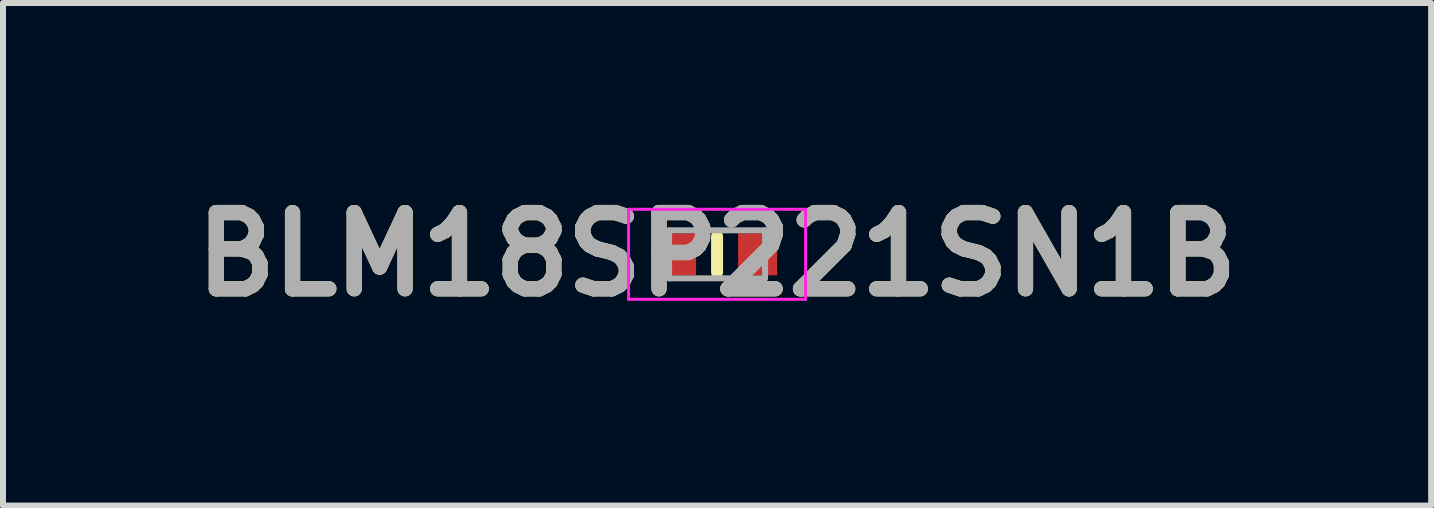
<source format=kicad_pcb>
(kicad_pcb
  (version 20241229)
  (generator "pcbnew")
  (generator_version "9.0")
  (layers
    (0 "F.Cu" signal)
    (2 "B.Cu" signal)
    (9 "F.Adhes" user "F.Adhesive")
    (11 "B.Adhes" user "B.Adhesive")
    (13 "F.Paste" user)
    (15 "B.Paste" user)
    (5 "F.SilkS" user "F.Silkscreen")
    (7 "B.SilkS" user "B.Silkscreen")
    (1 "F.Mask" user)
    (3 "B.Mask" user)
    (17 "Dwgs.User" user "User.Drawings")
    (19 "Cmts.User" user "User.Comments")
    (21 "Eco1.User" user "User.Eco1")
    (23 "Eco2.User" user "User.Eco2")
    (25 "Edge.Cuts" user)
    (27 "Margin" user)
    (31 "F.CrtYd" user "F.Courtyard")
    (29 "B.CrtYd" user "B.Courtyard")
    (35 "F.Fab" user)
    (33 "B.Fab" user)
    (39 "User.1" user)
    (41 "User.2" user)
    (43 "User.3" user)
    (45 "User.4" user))
  (footprint "BLM18SP221SN1B"
    (layer "F.Cu")
    (at 8.902 1.189)
    (property "Reference" "BLM18SP221SN1B" (at 0 0 0) (layer "F.SilkS") (effects (font (size 1.27 1.27) (thickness 0.254))))
    (attr smd)
    (fp_line (start 0 -0.3) (end 0 0.3) (stroke (width 0.2) (type solid)) (layer "F.SilkS"))
    (fp_line (start -1.475 -0.75) (end 1.475 -0.75) (stroke (width 0.05) (type solid)) (layer "F.CrtYd"))
    (fp_line (start -1.475 0.75) (end -1.475 -0.75) (stroke (width 0.05) (type solid)) (layer "F.CrtYd"))
    (fp_line (start 1.475 -0.75) (end 1.475 0.75) (stroke (width 0.05) (type solid)) (layer "F.CrtYd"))
    (fp_line (start 1.475 0.75) (end -1.475 0.75) (stroke (width 0.05) (type solid)) (layer "F.CrtYd"))
    (fp_line (start -0.8 -0.4) (end 0.8 -0.4) (stroke (width 0.1) (type solid)) (layer "F.Fab"))
    (fp_line (start -0.8 0.4) (end -0.8 -0.4) (stroke (width 0.1) (type solid)) (layer "F.Fab"))
    (fp_line (start 0.8 -0.4) (end 0.8 0.4) (stroke (width 0.1) (type solid)) (layer "F.Fab"))
    (fp_line (start 0.8 0.4) (end -0.8 0.4) (stroke (width 0.1) (type solid)) (layer "F.Fab"))
    (fp_text user "${REFERENCE}" (at 0 0 0) (layer "F.Fab") (effects (font (size 1.27 1.27) (thickness 0.254))))
    (pad "1" smd rect (at -0.675 0) (size 0.65 0.7) (layers "F.Cu" "F.Mask" "F.Paste"))
    (pad "2" smd rect (at 0.675 0) (size 0.65 0.7) (layers "F.Cu" "F.Mask" "F.Paste")))
  (gr_rect
    (start -3 -3)
    (end 20.804 5.377)
    (stroke (width 0.1) (type default))
    (fill no)
    (layer "Edge.Cuts")))
</source>
